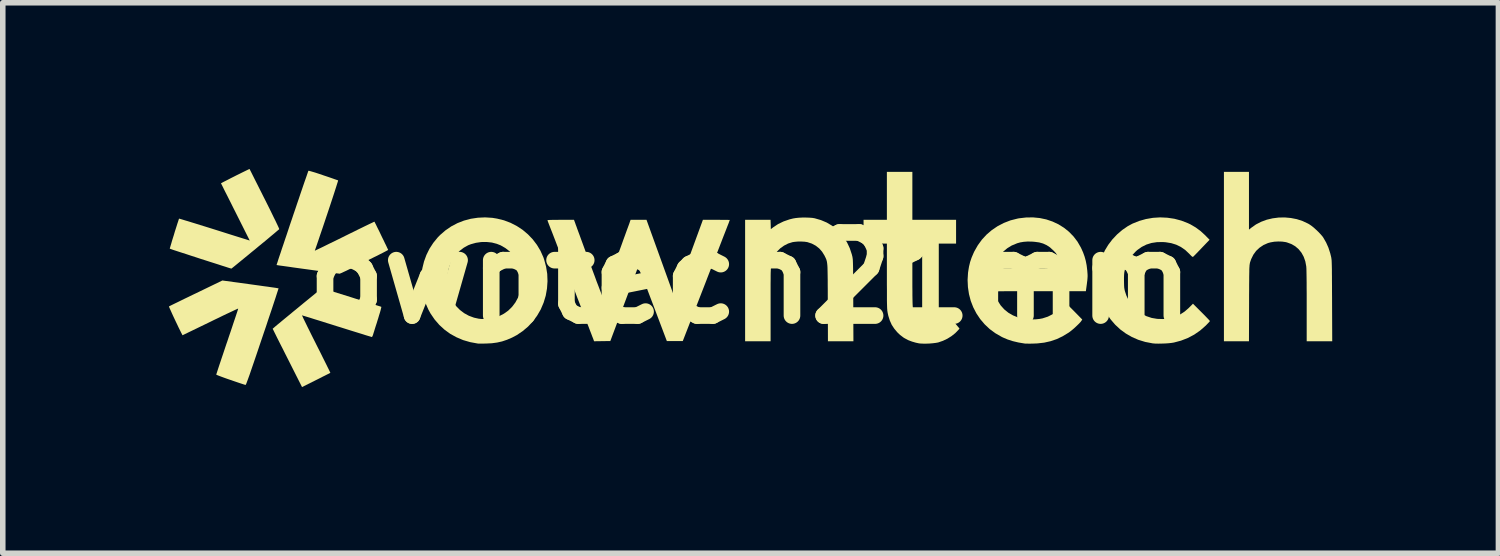
<source format=kicad_pcb>
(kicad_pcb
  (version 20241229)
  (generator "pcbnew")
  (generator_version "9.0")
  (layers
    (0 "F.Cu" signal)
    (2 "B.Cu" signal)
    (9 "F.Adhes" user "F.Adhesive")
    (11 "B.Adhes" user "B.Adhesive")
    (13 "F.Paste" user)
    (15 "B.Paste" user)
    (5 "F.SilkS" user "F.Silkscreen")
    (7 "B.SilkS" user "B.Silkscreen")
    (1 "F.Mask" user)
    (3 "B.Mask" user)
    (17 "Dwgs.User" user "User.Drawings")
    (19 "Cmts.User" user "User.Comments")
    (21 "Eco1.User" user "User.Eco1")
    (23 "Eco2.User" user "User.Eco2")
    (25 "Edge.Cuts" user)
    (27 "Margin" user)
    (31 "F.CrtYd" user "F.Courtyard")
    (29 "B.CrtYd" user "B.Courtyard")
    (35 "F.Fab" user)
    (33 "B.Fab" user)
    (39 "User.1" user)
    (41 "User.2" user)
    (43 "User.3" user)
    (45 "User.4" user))
  (footprint "owntech21mm"
    (layer "F.Cu")
    (at 10.496 1.968)
    (property "Reference" "owntech21mm" (at 0 0 0) (layer "F.SilkS") (effects (font (size 1.5 1.5) (thickness 0.3))))
    (attr board_only exclude_from_pos_files exclude_from_bom)
    (fp_poly (pts (xy 2.923 -1.483) (xy 2.923 -1.05) (xy 3.318 -1.05) (xy 3.712 -1.05) (xy 3.712 -0.835) (xy 3.712 -0.621) (xy 3.318 -0.621) (xy 2.923 -0.621) (xy 2.923 -0.052) (xy 2.923 0.059) (xy 2.923 0.156) (xy 2.924 0.239) (xy 2.924 0.311) (xy 2.925 0.371) (xy 2.926 0.422) (xy 2.927 0.464) (xy 2.929 0.499) (xy 2.931 0.528) (xy 2.934 0.551) (xy 2.938 0.57) (xy 2.942 0.586) (xy 2.947 0.599) (xy 2.954 0.613) (xy 2.961 0.626) (xy 2.966 0.635) (xy 2.997 0.678) (xy 3.04 0.711) (xy 3.091 0.735) (xy 3.149 0.748) (xy 3.213 0.75) (xy 3.279 0.74) (xy 3.325 0.726) (xy 3.366 0.707) (xy 3.405 0.68) (xy 3.448 0.642) (xy 3.453 0.638) (xy 3.504 0.589) (xy 3.639 0.751) (xy 3.774 0.913) (xy 3.754 0.937) (xy 3.698 0.995) (xy 3.63 1.049) (xy 3.555 1.096) (xy 3.475 1.134) (xy 3.394 1.162) (xy 3.382 1.165) (xy 3.342 1.172) (xy 3.292 1.178) (xy 3.235 1.183) (xy 3.176 1.185) (xy 3.12 1.185) (xy 3.071 1.183) (xy 3.042 1.18) (xy 2.982 1.167) (xy 2.917 1.148) (xy 2.856 1.125) (xy 2.842 1.119) (xy 2.77 1.08) (xy 2.702 1.029) (xy 2.65 0.979) (xy 2.595 0.913) (xy 2.55 0.844) (xy 2.516 0.768) (xy 2.489 0.683) (xy 2.479 0.637) (xy 2.476 0.622) (xy 2.474 0.608) (xy 2.471 0.592) (xy 2.47 0.574) (xy 2.468 0.553) (xy 2.467 0.527) (xy 2.466 0.495) (xy 2.465 0.457) (xy 2.464 0.411) (xy 2.464 0.356) (xy 2.464 0.29) (xy 2.464 0.213) (xy 2.463 0.124) (xy 2.463 0.021) (xy 2.463 -0.03) (xy 2.463 -0.621) (xy 2.253 -0.621) (xy 2.042 -0.621) (xy 2.042 -0.835) (xy 2.042 -1.05) (xy 2.253 -1.05) (xy 2.463 -1.05) (xy 2.463 -1.483) (xy 2.463 -1.916) (xy 2.693 -1.916) (xy 2.923 -1.916)) (stroke (width 0) (type solid)) (fill yes) (layer "F.SilkS"))
    (fp_poly (pts (xy 8.999 -1.394) (xy 8.999 -0.873) (xy 9.041 -0.907) (xy 9.126 -0.967) (xy 9.22 -1.015) (xy 9.32 -1.052) (xy 9.426 -1.077) (xy 9.535 -1.091) (xy 9.645 -1.093) (xy 9.755 -1.083) (xy 9.863 -1.062) (xy 9.967 -1.028) (xy 10.065 -0.982) (xy 10.089 -0.968) (xy 10.126 -0.943) (xy 10.169 -0.909) (xy 10.214 -0.868) (xy 10.258 -0.826) (xy 10.298 -0.783) (xy 10.33 -0.745) (xy 10.342 -0.727) (xy 10.392 -0.64) (xy 10.433 -0.548) (xy 10.466 -0.446) (xy 10.48 -0.389) (xy 10.483 -0.377) (xy 10.485 -0.365) (xy 10.487 -0.351) (xy 10.489 -0.336) (xy 10.491 -0.318) (xy 10.492 -0.296) (xy 10.493 -0.27) (xy 10.494 -0.237) (xy 10.495 -0.197) (xy 10.496 -0.149) (xy 10.496 -0.093) (xy 10.497 -0.026) (xy 10.497 0.051) (xy 10.498 0.14) (xy 10.498 0.242) (xy 10.499 0.358) (xy 10.499 0.412) (xy 10.502 1.142) (xy 10.271 1.142) (xy 10.041 1.142) (xy 10.041 0.5) (xy 10.041 0.384) (xy 10.041 0.276) (xy 10.04 0.176) (xy 10.04 0.085) (xy 10.039 0.005) (xy 10.038 -0.064) (xy 10.037 -0.122) (xy 10.036 -0.166) (xy 10.034 -0.197) (xy 10.033 -0.21) (xy 10.016 -0.301) (xy 9.987 -0.383) (xy 9.947 -0.456) (xy 9.896 -0.519) (xy 9.835 -0.572) (xy 9.764 -0.613) (xy 9.685 -0.642) (xy 9.661 -0.648) (xy 9.598 -0.657) (xy 9.527 -0.659) (xy 9.456 -0.655) (xy 9.388 -0.643) (xy 9.343 -0.631) (xy 9.261 -0.595) (xy 9.19 -0.547) (xy 9.128 -0.489) (xy 9.078 -0.42) (xy 9.039 -0.341) (xy 9.02 -0.286) (xy 9.017 -0.276) (xy 9.015 -0.265) (xy 9.013 -0.254) (xy 9.011 -0.241) (xy 9.009 -0.225) (xy 9.008 -0.205) (xy 9.006 -0.181) (xy 9.005 -0.15) (xy 9.005 -0.113) (xy 9.004 -0.068) (xy 9.003 -0.013) (xy 9.003 0.051) (xy 9.002 0.126) (xy 9.002 0.214) (xy 9.001 0.314) (xy 9.001 0.429) (xy 9.001 0.458) (xy 8.999 1.142) (xy 8.773 1.142) (xy 8.547 1.142) (xy 8.547 -0.387) (xy 8.547 -1.916) (xy 8.773 -1.916) (xy 8.999 -1.916)) (stroke (width 0) (type solid)) (fill yes) (layer "F.SilkS"))
    (fp_poly (pts (xy 1.062 -1.089) (xy 1.117 -1.085) (xy 1.159 -1.078) (xy 1.273 -1.045) (xy 1.377 -1.001) (xy 1.473 -0.944) (xy 1.56 -0.875) (xy 1.61 -0.826) (xy 1.683 -0.738) (xy 1.744 -0.642) (xy 1.793 -0.538) (xy 1.831 -0.423) (xy 1.837 -0.398) (xy 1.84 -0.387) (xy 1.842 -0.376) (xy 1.844 -0.364) (xy 1.846 -0.349) (xy 1.848 -0.332) (xy 1.849 -0.311) (xy 1.85 -0.285) (xy 1.851 -0.253) (xy 1.852 -0.214) (xy 1.853 -0.167) (xy 1.853 -0.111) (xy 1.854 -0.045) (xy 1.854 0.031) (xy 1.855 0.119) (xy 1.855 0.221) (xy 1.856 0.336) (xy 1.856 0.404) (xy 1.859 1.142) (xy 1.629 1.142) (xy 1.399 1.142) (xy 1.397 0.446) (xy 1.396 0.324) (xy 1.396 0.217) (xy 1.395 0.122) (xy 1.395 0.04) (xy 1.394 -0.031) (xy 1.393 -0.092) (xy 1.392 -0.143) (xy 1.391 -0.187) (xy 1.389 -0.223) (xy 1.386 -0.254) (xy 1.383 -0.279) (xy 1.379 -0.301) (xy 1.374 -0.319) (xy 1.369 -0.336) (xy 1.362 -0.352) (xy 1.355 -0.368) (xy 1.346 -0.385) (xy 1.337 -0.405) (xy 1.336 -0.406) (xy 1.294 -0.474) (xy 1.241 -0.534) (xy 1.179 -0.583) (xy 1.108 -0.621) (xy 1.032 -0.646) (xy 1.026 -0.648) (xy 0.976 -0.655) (xy 0.918 -0.658) (xy 0.858 -0.658) (xy 0.801 -0.653) (xy 0.76 -0.647) (xy 0.68 -0.622) (xy 0.606 -0.584) (xy 0.539 -0.536) (xy 0.481 -0.478) (xy 0.435 -0.412) (xy 0.419 -0.383) (xy 0.41 -0.364) (xy 0.402 -0.346) (xy 0.395 -0.33) (xy 0.389 -0.313) (xy 0.383 -0.294) (xy 0.379 -0.274) (xy 0.375 -0.25) (xy 0.372 -0.222) (xy 0.37 -0.188) (xy 0.368 -0.147) (xy 0.366 -0.1) (xy 0.365 -0.043) (xy 0.365 0.023) (xy 0.364 0.1) (xy 0.364 0.188) (xy 0.364 0.289) (xy 0.364 0.404) (xy 0.364 0.467) (xy 0.364 1.142) (xy 0.134 1.142) (xy -0.096 1.142) (xy -0.096 0.046) (xy -0.096 -1.05) (xy 0.134 -1.05) (xy 0.363 -1.05) (xy 0.366 -0.966) (xy 0.368 -0.882) (xy 0.413 -0.916) (xy 0.5 -0.974) (xy 0.598 -1.021) (xy 0.705 -1.058) (xy 0.769 -1.074) (xy 0.816 -1.082) (xy 0.874 -1.088) (xy 0.937 -1.091) (xy 1.001 -1.091)) (stroke (width 0) (type solid)) (fill yes) (layer "F.SilkS"))
    (fp_poly (pts (xy -7.203 0.349) (xy -7.116 0.377) (xy -7.033 0.403) (xy -6.955 0.427) (xy -6.885 0.449) (xy -6.821 0.469) (xy -6.767 0.487) (xy -6.723 0.501) (xy -6.69 0.511) (xy -6.67 0.518) (xy -6.663 0.521) (xy -6.663 0.529) (xy -6.668 0.55) (xy -6.676 0.583) (xy -6.688 0.625) (xy -6.704 0.676) (xy -6.721 0.734) (xy -6.728 0.755) (xy -6.746 0.814) (xy -6.764 0.869) (xy -6.78 0.92) (xy -6.793 0.963) (xy -6.804 0.997) (xy -6.811 1.02) (xy -6.812 1.025) (xy -6.821 1.047) (xy -6.829 1.062) (xy -6.834 1.065) (xy -6.843 1.063) (xy -6.865 1.056) (xy -6.9 1.046) (xy -6.946 1.032) (xy -7.002 1.014) (xy -7.067 0.994) (xy -7.141 0.971) (xy -7.222 0.946) (xy -7.308 0.919) (xy -7.4 0.89) (xy -7.466 0.87) (xy -7.56 0.84) (xy -7.65 0.812) (xy -7.735 0.785) (xy -7.813 0.761) (xy -7.884 0.739) (xy -7.946 0.719) (xy -7.999 0.703) (xy -8.042 0.69) (xy -8.072 0.681) (xy -8.09 0.675) (xy -8.094 0.674) (xy -8.092 0.681) (xy -8.083 0.7) (xy -8.069 0.731) (xy -8.049 0.772) (xy -8.024 0.823) (xy -7.995 0.883) (xy -7.962 0.949) (xy -7.926 1.022) (xy -7.887 1.1) (xy -7.845 1.183) (xy -7.841 1.192) (xy -7.799 1.275) (xy -7.759 1.354) (xy -7.723 1.427) (xy -7.689 1.495) (xy -7.659 1.555) (xy -7.633 1.608) (xy -7.612 1.65) (xy -7.596 1.683) (xy -7.586 1.704) (xy -7.583 1.712) (xy -7.583 1.712) (xy -7.59 1.716) (xy -7.609 1.726) (xy -7.64 1.741) (xy -7.679 1.761) (xy -7.726 1.784) (xy -7.778 1.811) (xy -7.836 1.84) (xy -7.84 1.842) (xy -8.094 1.969) (xy -8.359 1.444) (xy -8.401 1.361) (xy -8.441 1.281) (xy -8.479 1.207) (xy -8.513 1.139) (xy -8.544 1.078) (xy -8.57 1.025) (xy -8.592 0.981) (xy -8.608 0.948) (xy -8.619 0.926) (xy -8.624 0.916) (xy -8.624 0.916) (xy -8.621 0.913) (xy -8.611 0.905) (xy -8.595 0.891) (xy -8.572 0.871) (xy -8.541 0.845) (xy -8.502 0.813) (xy -8.454 0.773) (xy -8.397 0.726) (xy -8.33 0.671) (xy -8.254 0.608) (xy -8.167 0.537) (xy -8.069 0.456) (xy -7.967 0.373) (xy -7.735 0.183)) (stroke (width 0) (type solid)) (fill yes) (layer "F.SilkS"))
    (fp_poly (pts (xy -9.027 0.114) (xy -8.941 0.126) (xy -8.86 0.137) (xy -8.784 0.148) (xy -8.715 0.157) (xy -8.654 0.166) (xy -8.603 0.173) (xy -8.563 0.179) (xy -8.535 0.184) (xy -8.52 0.186) (xy -8.519 0.187) (xy -8.52 0.195) (xy -8.527 0.216) (xy -8.538 0.25) (xy -8.553 0.296) (xy -8.571 0.353) (xy -8.593 0.419) (xy -8.618 0.495) (xy -8.646 0.58) (xy -8.677 0.671) (xy -8.71 0.769) (xy -8.744 0.873) (xy -8.781 0.981) (xy -8.808 1.061) (xy -8.854 1.197) (xy -8.895 1.319) (xy -8.932 1.428) (xy -8.965 1.525) (xy -8.994 1.609) (xy -9.019 1.682) (xy -9.04 1.744) (xy -9.059 1.796) (xy -9.074 1.838) (xy -9.087 1.872) (xy -9.096 1.897) (xy -9.104 1.915) (xy -9.109 1.926) (xy -9.113 1.93) (xy -9.113 1.93) (xy -9.123 1.928) (xy -9.146 1.921) (xy -9.18 1.91) (xy -9.223 1.896) (xy -9.273 1.879) (xy -9.329 1.86) (xy -9.384 1.841) (xy -9.445 1.82) (xy -9.501 1.8) (xy -9.55 1.782) (xy -9.59 1.767) (xy -9.62 1.755) (xy -9.638 1.747) (xy -9.643 1.743) (xy -9.64 1.735) (xy -9.633 1.713) (xy -9.622 1.679) (xy -9.607 1.633) (xy -9.589 1.578) (xy -9.567 1.513) (xy -9.543 1.441) (xy -9.516 1.361) (xy -9.488 1.277) (xy -9.458 1.187) (xy -9.443 1.145) (xy -9.413 1.054) (xy -9.383 0.967) (xy -9.356 0.886) (xy -9.331 0.81) (xy -9.308 0.742) (xy -9.288 0.683) (xy -9.272 0.634) (xy -9.259 0.595) (xy -9.251 0.568) (xy -9.247 0.553) (xy -9.246 0.552) (xy -9.253 0.554) (xy -9.273 0.563) (xy -9.304 0.577) (xy -9.346 0.597) (xy -9.397 0.621) (xy -9.457 0.649) (xy -9.524 0.681) (xy -9.597 0.717) (xy -9.675 0.754) (xy -9.75 0.791) (xy -10.252 1.034) (xy -10.262 1.013) (xy -10.279 0.981) (xy -10.299 0.94) (xy -10.322 0.894) (xy -10.346 0.843) (xy -10.371 0.791) (xy -10.396 0.738) (xy -10.42 0.687) (xy -10.442 0.639) (xy -10.461 0.596) (xy -10.477 0.561) (xy -10.489 0.534) (xy -10.495 0.518) (xy -10.496 0.514) (xy -10.488 0.509) (xy -10.468 0.499) (xy -10.436 0.483) (xy -10.393 0.462) (xy -10.341 0.437) (xy -10.282 0.408) (xy -10.215 0.375) (xy -10.142 0.34) (xy -10.064 0.302) (xy -10.011 0.277) (xy -9.532 0.045)) (stroke (width 0) (type solid)) (fill yes) (layer "F.SilkS"))
    (fp_poly (pts (xy -4.66 -1.086) (xy -4.574 -1.072) (xy -4.449 -1.041) (xy -4.33 -0.996) (xy -4.217 -0.938) (xy -4.112 -0.869) (xy -4.016 -0.788) (xy -3.93 -0.698) (xy -3.854 -0.598) (xy -3.79 -0.491) (xy -3.738 -0.375) (xy -3.724 -0.334) (xy -3.689 -0.205) (xy -3.668 -0.074) (xy -3.663 0.058) (xy -3.672 0.189) (xy -3.695 0.319) (xy -3.733 0.445) (xy -3.785 0.567) (xy -3.787 0.571) (xy -3.851 0.681) (xy -3.927 0.784) (xy -4.014 0.877) (xy -4.111 0.959) (xy -4.216 1.03) (xy -4.303 1.076) (xy -4.394 1.115) (xy -4.483 1.145) (xy -4.572 1.165) (xy -4.667 1.178) (xy -4.77 1.183) (xy -4.814 1.184) (xy -4.856 1.184) (xy -4.89 1.184) (xy -4.914 1.184) (xy -4.923 1.183) (xy -5.058 1.158) (xy -5.186 1.121) (xy -5.306 1.07) (xy -5.419 1.008) (xy -5.522 0.933) (xy -5.616 0.847) (xy -5.7 0.75) (xy -5.774 0.642) (xy -5.814 0.569) (xy -5.867 0.449) (xy -5.906 0.325) (xy -5.931 0.2) (xy -5.941 0.074) (xy -5.941 0.038) (xy -5.47 0.038) (xy -5.467 0.116) (xy -5.46 0.184) (xy -5.446 0.247) (xy -5.425 0.311) (xy -5.413 0.341) (xy -5.368 0.429) (xy -5.312 0.508) (xy -5.244 0.577) (xy -5.168 0.635) (xy -5.082 0.682) (xy -4.99 0.716) (xy -4.904 0.735) (xy -4.854 0.74) (xy -4.796 0.74) (xy -4.735 0.736) (xy -4.676 0.729) (xy -4.632 0.72) (xy -4.536 0.689) (xy -4.449 0.644) (xy -4.371 0.588) (xy -4.302 0.52) (xy -4.243 0.442) (xy -4.195 0.354) (xy -4.158 0.256) (xy -4.148 0.217) (xy -4.137 0.156) (xy -4.131 0.086) (xy -4.13 0.012) (xy -4.134 -0.06) (xy -4.144 -0.124) (xy -4.148 -0.142) (xy -4.179 -0.239) (xy -4.223 -0.329) (xy -4.279 -0.409) (xy -4.346 -0.48) (xy -4.423 -0.54) (xy -4.508 -0.589) (xy -4.579 -0.617) (xy -4.667 -0.64) (xy -4.762 -0.65) (xy -4.859 -0.649) (xy -4.955 -0.635) (xy -5.046 -0.61) (xy -5.095 -0.591) (xy -5.174 -0.547) (xy -5.247 -0.491) (xy -5.312 -0.424) (xy -5.368 -0.349) (xy -5.411 -0.268) (xy -5.418 -0.252) (xy -5.441 -0.188) (xy -5.457 -0.124) (xy -5.466 -0.056) (xy -5.47 0.02) (xy -5.47 0.038) (xy -5.941 0.038) (xy -5.938 -0.052) (xy -5.922 -0.176) (xy -5.892 -0.298) (xy -5.849 -0.416) (xy -5.793 -0.529) (xy -5.724 -0.635) (xy -5.643 -0.734) (xy -5.602 -0.776) (xy -5.506 -0.859) (xy -5.401 -0.931) (xy -5.289 -0.99) (xy -5.171 -1.036) (xy -5.047 -1.069) (xy -4.92 -1.088) (xy -4.791 -1.094)) (stroke (width 0) (type solid)) (fill yes) (layer "F.SilkS"))
    (fp_poly (pts (xy 7.525 -1.088) (xy 7.653 -1.069) (xy 7.777 -1.036) (xy 7.896 -0.99) (xy 7.942 -0.968) (xy 8.038 -0.912) (xy 8.127 -0.846) (xy 8.212 -0.768) (xy 8.22 -0.759) (xy 8.288 -0.69) (xy 8.15 -0.546) (xy 8.112 -0.506) (xy 8.077 -0.47) (xy 8.046 -0.438) (xy 8.022 -0.413) (xy 8.004 -0.396) (xy 7.997 -0.388) (xy 7.99 -0.383) (xy 7.983 -0.381) (xy 7.974 -0.385) (xy 7.961 -0.396) (xy 7.941 -0.416) (xy 7.921 -0.437) (xy 7.848 -0.506) (xy 7.77 -0.56) (xy 7.686 -0.601) (xy 7.596 -0.629) (xy 7.497 -0.645) (xy 7.444 -0.649) (xy 7.338 -0.647) (xy 7.239 -0.632) (xy 7.147 -0.603) (xy 7.063 -0.561) (xy 6.984 -0.505) (xy 6.952 -0.476) (xy 6.885 -0.404) (xy 6.831 -0.326) (xy 6.789 -0.239) (xy 6.76 -0.153) (xy 6.754 -0.127) (xy 6.749 -0.102) (xy 6.746 -0.076) (xy 6.744 -0.046) (xy 6.743 -0.006) (xy 6.743 0.045) (xy 6.743 0.046) (xy 6.744 0.099) (xy 6.745 0.139) (xy 6.747 0.171) (xy 6.751 0.198) (xy 6.756 0.223) (xy 6.761 0.241) (xy 6.787 0.319) (xy 6.823 0.395) (xy 6.867 0.466) (xy 6.916 0.529) (xy 6.968 0.581) (xy 6.974 0.586) (xy 7.057 0.644) (xy 7.147 0.689) (xy 7.243 0.721) (xy 7.343 0.738) (xy 7.445 0.741) (xy 7.494 0.737) (xy 7.594 0.72) (xy 7.683 0.693) (xy 7.764 0.654) (xy 7.84 0.604) (xy 7.913 0.54) (xy 7.926 0.527) (xy 7.988 0.464) (xy 8.141 0.617) (xy 8.181 0.657) (xy 8.216 0.693) (xy 8.247 0.725) (xy 8.271 0.75) (xy 8.287 0.768) (xy 8.294 0.777) (xy 8.294 0.777) (xy 8.289 0.785) (xy 8.275 0.801) (xy 8.253 0.824) (xy 8.227 0.851) (xy 8.216 0.862) (xy 8.118 0.948) (xy 8.011 1.022) (xy 7.896 1.083) (xy 7.772 1.131) (xy 7.644 1.165) (xy 7.601 1.172) (xy 7.547 1.178) (xy 7.486 1.182) (xy 7.423 1.184) (xy 7.362 1.185) (xy 7.306 1.184) (xy 7.261 1.18) (xy 7.256 1.179) (xy 7.126 1.154) (xy 7.002 1.116) (xy 6.885 1.065) (xy 6.776 1.002) (xy 6.675 0.928) (xy 6.584 0.843) (xy 6.503 0.749) (xy 6.433 0.647) (xy 6.375 0.536) (xy 6.328 0.418) (xy 6.295 0.293) (xy 6.275 0.163) (xy 6.272 0.13) (xy 6.27 -0.007) (xy 6.282 -0.14) (xy 6.309 -0.269) (xy 6.351 -0.394) (xy 6.398 -0.498) (xy 6.46 -0.6) (xy 6.534 -0.697) (xy 6.619 -0.787) (xy 6.712 -0.867) (xy 6.811 -0.935) (xy 6.896 -0.981) (xy 7.015 -1.029) (xy 7.139 -1.064) (xy 7.267 -1.086) (xy 7.396 -1.094)) (stroke (width 0) (type solid)) (fill yes) (layer "F.SilkS"))
    (fp_poly (pts (xy -9.042 -1.968) (xy -9.038 -1.961) (xy -9.028 -1.941) (xy -9.012 -1.91) (xy -8.991 -1.868) (xy -8.965 -1.816) (xy -8.935 -1.756) (xy -8.901 -1.689) (xy -8.864 -1.615) (xy -8.824 -1.536) (xy -8.782 -1.452) (xy -8.769 -1.427) (xy -8.722 -1.333) (xy -8.678 -1.245) (xy -8.639 -1.165) (xy -8.604 -1.093) (xy -8.573 -1.031) (xy -8.548 -0.978) (xy -8.528 -0.936) (xy -8.514 -0.905) (xy -8.507 -0.887) (xy -8.506 -0.881) (xy -8.517 -0.871) (xy -8.539 -0.853) (xy -8.569 -0.827) (xy -8.608 -0.794) (xy -8.653 -0.757) (xy -8.704 -0.714) (xy -8.759 -0.668) (xy -8.818 -0.62) (xy -8.879 -0.57) (xy -8.941 -0.518) (xy -9.003 -0.468) (xy -9.063 -0.418) (xy -9.122 -0.37) (xy -9.177 -0.325) (xy -9.227 -0.284) (xy -9.271 -0.248) (xy -9.309 -0.217) (xy -9.339 -0.193) (xy -9.359 -0.177) (xy -9.369 -0.17) (xy -9.37 -0.169) (xy -9.378 -0.172) (xy -9.4 -0.178) (xy -9.435 -0.189) (xy -9.48 -0.204) (xy -9.535 -0.221) (xy -9.599 -0.242) (xy -9.671 -0.265) (xy -9.75 -0.29) (xy -9.834 -0.317) (xy -9.922 -0.345) (xy -9.928 -0.347) (xy -10.016 -0.376) (xy -10.1 -0.403) (xy -10.178 -0.429) (xy -10.25 -0.452) (xy -10.315 -0.473) (xy -10.37 -0.491) (xy -10.416 -0.506) (xy -10.45 -0.518) (xy -10.472 -0.526) (xy -10.481 -0.529) (xy -10.481 -0.529) (xy -10.48 -0.537) (xy -10.474 -0.557) (xy -10.465 -0.588) (xy -10.453 -0.628) (xy -10.44 -0.674) (xy -10.424 -0.725) (xy -10.407 -0.779) (xy -10.391 -0.834) (xy -10.374 -0.887) (xy -10.358 -0.937) (xy -10.344 -0.982) (xy -10.331 -1.02) (xy -10.322 -1.049) (xy -10.316 -1.067) (xy -10.313 -1.071) (xy -10.306 -1.07) (xy -10.285 -1.064) (xy -10.251 -1.054) (xy -10.206 -1.04) (xy -10.151 -1.024) (xy -10.087 -1.004) (xy -10.015 -0.982) (xy -9.936 -0.957) (xy -9.851 -0.931) (xy -9.761 -0.903) (xy -9.729 -0.893) (xy -9.637 -0.864) (xy -9.548 -0.836) (xy -9.463 -0.809) (xy -9.384 -0.784) (xy -9.311 -0.761) (xy -9.247 -0.741) (xy -9.192 -0.724) (xy -9.148 -0.71) (xy -9.115 -0.7) (xy -9.096 -0.694) (xy -9.093 -0.693) (xy -9.038 -0.676) (xy -9.296 -1.19) (xy -9.338 -1.273) (xy -9.377 -1.352) (xy -9.414 -1.425) (xy -9.448 -1.493) (xy -9.479 -1.553) (xy -9.505 -1.605) (xy -9.526 -1.648) (xy -9.542 -1.68) (xy -9.553 -1.701) (xy -9.557 -1.709) (xy -9.557 -1.709) (xy -9.55 -1.713) (xy -9.532 -1.723) (xy -9.504 -1.738) (xy -9.468 -1.756) (xy -9.425 -1.778) (xy -9.377 -1.803) (xy -9.327 -1.828) (xy -9.276 -1.854) (xy -9.225 -1.879) (xy -9.177 -1.903) (xy -9.134 -1.924) (xy -9.097 -1.942) (xy -9.068 -1.956) (xy -9.049 -1.965) (xy -9.042 -1.968)) (stroke (width 0) (type solid)) (fill yes) (layer "F.SilkS"))
    (fp_poly (pts (xy -7.969 -1.935) (xy -7.946 -1.929) (xy -7.908 -1.918) (xy -7.857 -1.903) (xy -7.793 -1.882) (xy -7.716 -1.856) (xy -7.711 -1.854) (xy -7.651 -1.834) (xy -7.595 -1.815) (xy -7.546 -1.798) (xy -7.504 -1.783) (xy -7.472 -1.772) (xy -7.451 -1.765) (xy -7.443 -1.762) (xy -7.444 -1.754) (xy -7.45 -1.733) (xy -7.461 -1.699) (xy -7.475 -1.654) (xy -7.493 -1.598) (xy -7.514 -1.532) (xy -7.538 -1.459) (xy -7.565 -1.377) (xy -7.594 -1.289) (xy -7.625 -1.196) (xy -7.658 -1.098) (xy -7.692 -0.996) (xy -7.727 -0.892) (xy -7.763 -0.787) (xy -7.799 -0.68) (xy -7.835 -0.575) (xy -7.841 -0.558) (xy -7.864 -0.492) (xy -7.763 -0.54) (xy -7.738 -0.552) (xy -7.701 -0.57) (xy -7.653 -0.594) (xy -7.596 -0.622) (xy -7.531 -0.653) (xy -7.46 -0.688) (xy -7.385 -0.725) (xy -7.307 -0.764) (xy -7.228 -0.803) (xy -7.226 -0.804) (xy -7.15 -0.841) (xy -7.078 -0.877) (xy -7.012 -0.909) (xy -6.951 -0.939) (xy -6.899 -0.964) (xy -6.855 -0.985) (xy -6.821 -1.001) (xy -6.799 -1.012) (xy -6.788 -1.017) (xy -6.788 -1.017) (xy -6.783 -1.009) (xy -6.773 -0.989) (xy -6.758 -0.96) (xy -6.74 -0.922) (xy -6.718 -0.878) (xy -6.694 -0.83) (xy -6.67 -0.779) (xy -6.645 -0.727) (xy -6.62 -0.677) (xy -6.598 -0.63) (xy -6.577 -0.588) (xy -6.561 -0.553) (xy -6.548 -0.526) (xy -6.541 -0.511) (xy -6.54 -0.507) (xy -6.546 -0.502) (xy -6.565 -0.492) (xy -6.595 -0.476) (xy -6.635 -0.455) (xy -6.683 -0.431) (xy -6.737 -0.403) (xy -6.797 -0.374) (xy -6.861 -0.342) (xy -6.927 -0.309) (xy -6.994 -0.276) (xy -7.061 -0.244) (xy -7.127 -0.212) (xy -7.189 -0.182) (xy -7.246 -0.155) (xy -7.297 -0.13) (xy -7.341 -0.11) (xy -7.376 -0.093) (xy -7.401 -0.083) (xy -7.414 -0.078) (xy -7.415 -0.077) (xy -7.426 -0.079) (xy -7.45 -0.082) (xy -7.487 -0.086) (xy -7.535 -0.093) (xy -7.594 -0.101) (xy -7.661 -0.11) (xy -7.737 -0.12) (xy -7.818 -0.131) (xy -7.906 -0.143) (xy -7.992 -0.155) (xy -8.082 -0.167) (xy -8.169 -0.179) (xy -8.249 -0.19) (xy -8.323 -0.201) (xy -8.388 -0.21) (xy -8.445 -0.218) (xy -8.491 -0.224) (xy -8.525 -0.229) (xy -8.546 -0.233) (xy -8.553 -0.234) (xy -8.552 -0.241) (xy -8.545 -0.262) (xy -8.534 -0.295) (xy -8.52 -0.34) (xy -8.502 -0.394) (xy -8.48 -0.458) (xy -8.457 -0.529) (xy -8.43 -0.608) (xy -8.402 -0.692) (xy -8.372 -0.78) (xy -8.341 -0.873) (xy -8.31 -0.967) (xy -8.277 -1.063) (xy -8.245 -1.159) (xy -8.212 -1.255) (xy -8.181 -1.348) (xy -8.15 -1.438) (xy -8.121 -1.525) (xy -8.093 -1.606) (xy -8.068 -1.68) (xy -8.045 -1.747) (xy -8.024 -1.806) (xy -8.007 -1.855) (xy -7.994 -1.893) (xy -7.985 -1.92) (xy -7.98 -1.933) (xy -7.979 -1.935)) (stroke (width 0) (type solid)) (fill yes) (layer "F.SilkS"))
    (fp_poly (pts (xy -3.159 -0.979) (xy -3.153 -0.961) (xy -3.141 -0.93) (xy -3.126 -0.887) (xy -3.106 -0.833) (xy -3.082 -0.769) (xy -3.056 -0.697) (xy -3.027 -0.618) (xy -2.996 -0.533) (xy -2.963 -0.443) (xy -2.928 -0.349) (xy -2.904 -0.282) (xy -2.869 -0.189) (xy -2.836 -0.1) (xy -2.805 -0.017) (xy -2.777 0.061) (xy -2.75 0.13) (xy -2.727 0.191) (xy -2.707 0.243) (xy -2.691 0.284) (xy -2.679 0.314) (xy -2.671 0.331) (xy -2.669 0.335) (xy -2.666 0.327) (xy -2.658 0.306) (xy -2.646 0.273) (xy -2.63 0.229) (xy -2.61 0.175) (xy -2.587 0.114) (xy -2.562 0.045) (xy -2.535 -0.03) (xy -2.506 -0.109) (xy -2.475 -0.192) (xy -2.444 -0.277) (xy -2.413 -0.364) (xy -2.381 -0.45) (xy -2.35 -0.534) (xy -2.32 -0.616) (xy -2.292 -0.695) (xy -2.265 -0.768) (xy -2.241 -0.835) (xy -2.219 -0.895) (xy -2.2 -0.946) (xy -2.185 -0.987) (xy -2.175 -1.017) (xy -2.171 -1.029) (xy -2.163 -1.05) (xy -2.019 -1.05) (xy -1.876 -1.05) (xy -1.624 -0.352) (xy -1.372 0.346) (xy -1.36 0.316) (xy -1.355 0.305) (xy -1.346 0.28) (xy -1.332 0.244) (xy -1.315 0.195) (xy -1.293 0.137) (xy -1.268 0.07) (xy -1.241 -0.006) (xy -1.21 -0.088) (xy -1.178 -0.177) (xy -1.144 -0.27) (xy -1.108 -0.367) (xy -1.103 -0.381) (xy -0.858 -1.05) (xy -0.615 -1.05) (xy -0.556 -1.05) (xy -0.502 -1.049) (xy -0.455 -1.049) (xy -0.416 -1.049) (xy -0.389 -1.048) (xy -0.374 -1.048) (xy -0.372 -1.048) (xy -0.375 -1.041) (xy -0.383 -1.02) (xy -0.395 -0.986) (xy -0.413 -0.941) (xy -0.435 -0.884) (xy -0.461 -0.817) (xy -0.491 -0.741) (xy -0.524 -0.655) (xy -0.56 -0.562) (xy -0.599 -0.461) (xy -0.641 -0.353) (xy -0.685 -0.24) (xy -0.731 -0.122) (xy -0.779 0.001) (xy -0.796 0.046) (xy -1.221 1.138) (xy -1.365 1.138) (xy -1.509 1.138) (xy -1.748 0.506) (xy -1.784 0.411) (xy -1.819 0.319) (xy -1.852 0.232) (xy -1.883 0.15) (xy -1.911 0.075) (xy -1.937 0.007) (xy -1.959 -0.051) (xy -1.977 -0.099) (xy -1.991 -0.137) (xy -2 -0.161) (xy -2.004 -0.172) (xy -2.021 -0.217) (xy -2.275 0.46) (xy -2.529 1.138) (xy -2.675 1.14) (xy -2.822 1.142) (xy -2.83 1.121) (xy -2.833 1.112) (xy -2.841 1.09) (xy -2.855 1.056) (xy -2.872 1.01) (xy -2.894 0.954) (xy -2.919 0.888) (xy -2.948 0.814) (xy -2.979 0.732) (xy -3.014 0.643) (xy -3.05 0.549) (xy -3.088 0.45) (xy -3.128 0.348) (xy -3.168 0.243) (xy -3.21 0.135) (xy -3.251 0.028) (xy -3.293 -0.08) (xy -3.334 -0.187) (xy -3.375 -0.292) (xy -3.414 -0.394) (xy -3.452 -0.491) (xy -3.488 -0.584) (xy -3.521 -0.671) (xy -3.552 -0.751) (xy -3.58 -0.824) (xy -3.605 -0.887) (xy -3.626 -0.941) (xy -3.643 -0.985) (xy -3.655 -1.016) (xy -3.662 -1.035) (xy -3.664 -1.04) (xy -3.662 -1.043) (xy -3.653 -1.045) (xy -3.636 -1.047) (xy -3.608 -1.048) (xy -3.57 -1.049) (xy -3.52 -1.049) (xy -3.456 -1.05) (xy -3.427 -1.05) (xy -3.185 -1.05)) (stroke (width 0) (type solid)) (fill yes) (layer "F.SilkS"))
    (fp_poly (pts (xy 5.223 -1.082) (xy 5.341 -1.057) (xy 5.453 -1.019) (xy 5.56 -0.969) (xy 5.659 -0.907) (xy 5.749 -0.835) (xy 5.831 -0.751) (xy 5.903 -0.657) (xy 5.963 -0.553) (xy 5.969 -0.541) (xy 6.005 -0.461) (xy 6.032 -0.386) (xy 6.053 -0.31) (xy 6.069 -0.228) (xy 6.08 -0.137) (xy 6.081 -0.125) (xy 6.084 -0.086) (xy 6.086 -0.054) (xy 6.086 -0.024) (xy 6.084 0.006) (xy 6.081 0.043) (xy 6.075 0.088) (xy 6.073 0.107) (xy 6.055 0.238) (xy 5.228 0.238) (xy 5.097 0.238) (xy 4.979 0.238) (xy 4.876 0.238) (xy 4.785 0.238) (xy 4.706 0.238) (xy 4.639 0.239) (xy 4.582 0.239) (xy 4.535 0.24) (xy 4.496 0.24) (xy 4.465 0.241) (xy 4.442 0.242) (xy 4.424 0.243) (xy 4.413 0.245) (xy 4.406 0.246) (xy 4.402 0.248) (xy 4.402 0.249) (xy 4.404 0.261) (xy 4.411 0.283) (xy 4.421 0.312) (xy 4.425 0.323) (xy 4.466 0.415) (xy 4.518 0.496) (xy 4.582 0.567) (xy 4.656 0.627) (xy 4.741 0.676) (xy 4.836 0.714) (xy 4.89 0.729) (xy 4.945 0.74) (xy 5.011 0.746) (xy 5.082 0.748) (xy 5.152 0.746) (xy 5.218 0.739) (xy 5.272 0.729) (xy 5.368 0.698) (xy 5.459 0.652) (xy 5.543 0.594) (xy 5.617 0.525) (xy 5.639 0.501) (xy 5.66 0.477) (xy 5.676 0.46) (xy 5.686 0.45) (xy 5.688 0.448) (xy 5.695 0.454) (xy 5.71 0.468) (xy 5.734 0.491) (xy 5.764 0.521) (xy 5.799 0.556) (xy 5.838 0.595) (xy 5.842 0.599) (xy 5.99 0.75) (xy 5.976 0.771) (xy 5.958 0.795) (xy 5.931 0.824) (xy 5.896 0.858) (xy 5.858 0.894) (xy 5.819 0.928) (xy 5.781 0.959) (xy 5.748 0.984) (xy 5.743 0.987) (xy 5.636 1.052) (xy 5.529 1.103) (xy 5.418 1.141) (xy 5.302 1.167) (xy 5.179 1.181) (xy 5.103 1.184) (xy 5.058 1.185) (xy 5.017 1.185) (xy 4.983 1.184) (xy 4.959 1.184) (xy 4.95 1.183) (xy 4.837 1.164) (xy 4.736 1.14) (xy 4.643 1.11) (xy 4.556 1.073) (xy 4.532 1.061) (xy 4.421 0.997) (xy 4.319 0.922) (xy 4.228 0.836) (xy 4.148 0.742) (xy 4.079 0.639) (xy 4.022 0.529) (xy 3.977 0.413) (xy 3.945 0.291) (xy 3.926 0.165) (xy 3.92 0.035) (xy 3.928 -0.097) (xy 3.941 -0.179) (xy 4.402 -0.179) (xy 4.409 -0.178) (xy 4.431 -0.178) (xy 4.466 -0.178) (xy 4.512 -0.177) (xy 4.569 -0.177) (xy 4.636 -0.177) (xy 4.712 -0.177) (xy 4.794 -0.176) (xy 4.883 -0.176) (xy 4.976 -0.176) (xy 5.011 -0.176) (xy 5.122 -0.176) (xy 5.22 -0.176) (xy 5.303 -0.176) (xy 5.375 -0.177) (xy 5.434 -0.177) (xy 5.484 -0.178) (xy 5.524 -0.178) (xy 5.555 -0.179) (xy 5.579 -0.18) (xy 5.597 -0.181) (xy 5.608 -0.183) (xy 5.616 -0.184) (xy 5.619 -0.186) (xy 5.62 -0.189) (xy 5.617 -0.214) (xy 5.608 -0.249) (xy 5.594 -0.291) (xy 5.576 -0.335) (xy 5.562 -0.367) (xy 5.542 -0.404) (xy 5.523 -0.435) (xy 5.501 -0.463) (xy 5.47 -0.495) (xy 5.464 -0.501) (xy 5.407 -0.553) (xy 5.348 -0.592) (xy 5.283 -0.622) (xy 5.212 -0.642) (xy 5.131 -0.653) (xy 5.078 -0.657) (xy 5 -0.658) (xy 4.933 -0.653) (xy 4.872 -0.643) (xy 4.811 -0.626) (xy 4.808 -0.624) (xy 4.716 -0.586) (xy 4.636 -0.537) (xy 4.566 -0.478) (xy 4.507 -0.407) (xy 4.46 -0.329) (xy 4.445 -0.298) (xy 4.43 -0.264) (xy 4.417 -0.231) (xy 4.407 -0.202) (xy 4.402 -0.183) (xy 4.402 -0.179) (xy 3.941 -0.179) (xy 3.947 -0.212) (xy 3.966 -0.29) (xy 3.992 -0.367) (xy 4.027 -0.449) (xy 4.041 -0.479) (xy 4.104 -0.59) (xy 4.178 -0.692) (xy 4.263 -0.784) (xy 4.359 -0.866) (xy 4.463 -0.936) (xy 4.575 -0.994) (xy 4.694 -1.04) (xy 4.82 -1.072) (xy 4.845 -1.077) (xy 4.974 -1.092) (xy 5.1 -1.094)) (stroke (width 0) (type solid)) (fill yes) (layer "F.SilkS")))
  (gr_rect
    (start -3 -3)
    (end 23.998 6.936)
    (stroke (width 0.1) (type default))
    (fill no)
    (layer "Edge.Cuts")))
</source>
